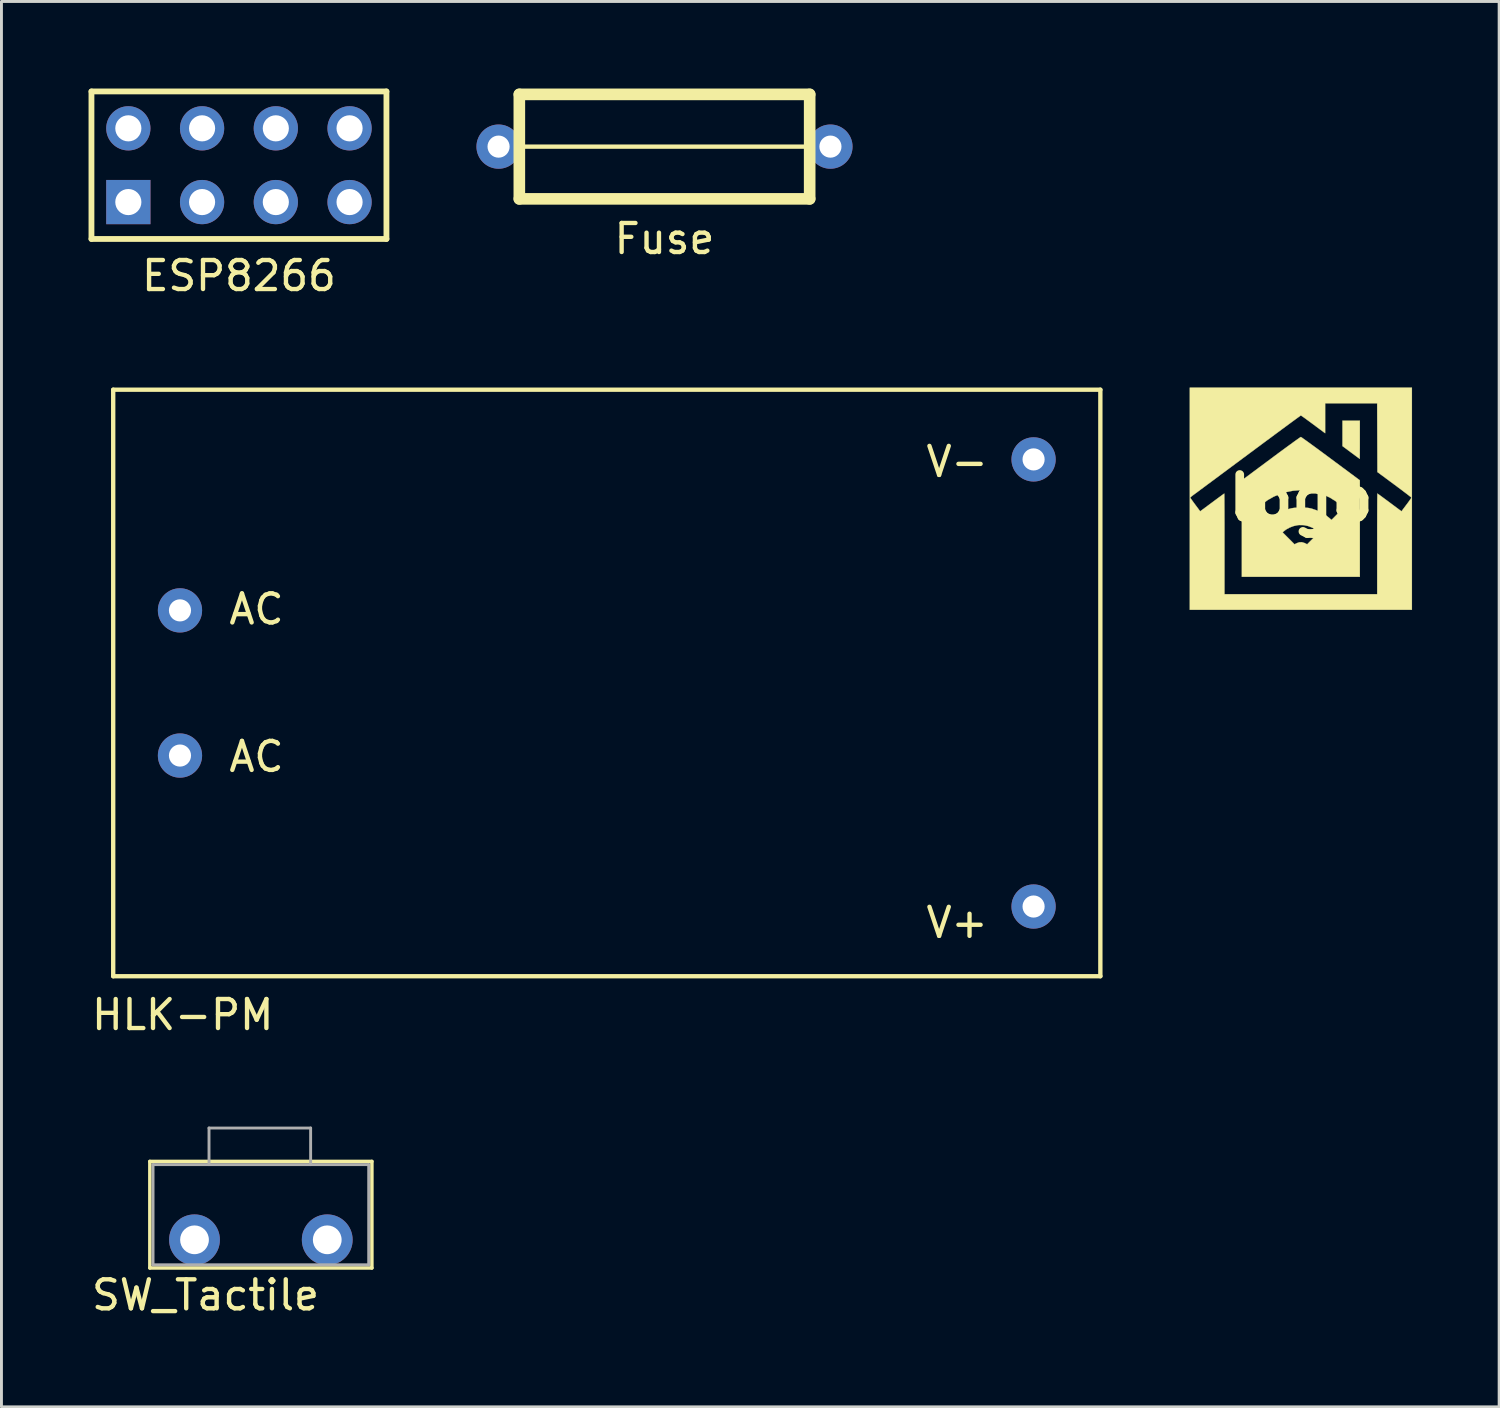
<source format=kicad_pcb>
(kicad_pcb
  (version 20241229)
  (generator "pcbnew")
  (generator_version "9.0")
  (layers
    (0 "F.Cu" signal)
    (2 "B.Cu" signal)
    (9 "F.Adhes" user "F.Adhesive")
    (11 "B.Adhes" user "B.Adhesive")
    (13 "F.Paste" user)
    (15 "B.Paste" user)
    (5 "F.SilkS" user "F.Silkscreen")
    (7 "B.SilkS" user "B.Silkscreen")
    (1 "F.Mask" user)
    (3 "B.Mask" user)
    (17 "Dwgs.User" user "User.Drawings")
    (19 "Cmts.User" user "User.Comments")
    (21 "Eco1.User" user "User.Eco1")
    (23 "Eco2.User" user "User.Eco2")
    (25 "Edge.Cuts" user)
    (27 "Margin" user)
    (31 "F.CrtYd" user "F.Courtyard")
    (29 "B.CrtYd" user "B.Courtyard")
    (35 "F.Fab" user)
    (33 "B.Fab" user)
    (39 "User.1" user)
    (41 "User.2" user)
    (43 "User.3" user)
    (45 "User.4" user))
  (footprint "HLK-PM"
    (layer "F.Cu")
    (at 17.849 20.473)
    (property "Reference" "HLK-PM" (at -14.605 11.43 0) (layer "F.SilkS") (effects (font (size 1 1) (thickness 0.15))))
    (attr through_hole)
    (fp_line (start -17 -10.1) (end 17 -10.1) (stroke (width 0.15) (type solid)) (layer "F.SilkS"))
    (fp_line (start -17 10.1) (end -17 -10.1) (stroke (width 0.15) (type solid)) (layer "F.SilkS"))
    (fp_line (start -17 10.1) (end 17 10.1) (stroke (width 0.15) (type solid)) (layer "F.SilkS"))
    (fp_line (start 17 10.1) (end 17 -10.1) (stroke (width 0.15) (type solid)) (layer "F.SilkS"))
    (fp_text user "AC" (at -12.065 2.54 0) (layer "F.SilkS") (effects (font (size 1 1) (thickness 0.15))))
    (fp_text user "V+" (at 12.065 8.255 0) (layer "F.SilkS") (effects (font (size 1 1) (thickness 0.15))))
    (fp_text user "V-" (at 12.065 -7.62 0) (layer "F.SilkS") (effects (font (size 1 1) (thickness 0.15))))
    (fp_text user "AC" (at -12.065 -2.54 0) (layer "F.SilkS") (effects (font (size 1 1) (thickness 0.15))))
    (pad "1" thru_hole circle (at -14.7 -2.5) (size 1.524 1.524) (drill 0.762) (layers "*.Cu" "*.Mask"))
    (pad "2" thru_hole circle (at -14.7 2.5) (size 1.524 1.524) (drill 0.762) (layers "*.Cu" "*.Mask"))
    (pad "3" thru_hole circle (at 14.7 -7.7) (size 1.524 1.524) (drill 0.762) (layers "*.Cu" "*.Mask"))
    (pad "4" thru_hole circle (at 14.7 7.7) (size 1.524 1.524) (drill 0.762) (layers "*.Cu" "*.Mask")))
  (footprint "Fuse"
    (layer "F.Cu")
    (at 19.837 2)
    (property "Reference" "Fuse" (at 0 3.175 0) (layer "F.SilkS") (effects (font (size 1 1) (thickness 0.15))))
    (attr through_hole)
    (fp_line (start -5 -1.8) (end 5 -1.8) (stroke (width 0.4) (type solid)) (layer "F.SilkS"))
    (fp_line (start -5 0) (end 5 0) (stroke (width 0.15) (type solid)) (layer "F.SilkS"))
    (fp_line (start -5 1.8) (end -5 -1.8) (stroke (width 0.4) (type solid)) (layer "F.SilkS"))
    (fp_line (start 5 -1.8) (end 5 1.8) (stroke (width 0.4) (type solid)) (layer "F.SilkS"))
    (fp_line (start 5 1.8) (end -5 1.8) (stroke (width 0.4) (type solid)) (layer "F.SilkS"))
    (pad "1" thru_hole circle (at -5.715 0) (size 1.524 1.524) (drill 0.762) (layers "*.Cu" "*.Mask"))
    (pad "2" thru_hole circle (at 5.715 0) (size 1.524 1.524) (drill 0.762) (layers "*.Cu" "*.Mask")))
  (footprint "logo"
    (layer "F.Cu")
    (at 41.754 14.128)
    (property "Reference" "logo" (at 0 0 0) (layer "F.SilkS") (effects (font (size 1.524 1.524) (thickness 0.3))))
    (attr through_hole)
    (fp_poly (pts (xy 2.032 -2.032) (xy 2.032 -1.895) (xy 2.032 -1.768) (xy 2.031 -1.653) (xy 2.031 -1.554) (xy 2.03 -1.474) (xy 2.03 -1.416) (xy 2.029 -1.382) (xy 2.028 -1.375) (xy 2.016 -1.383) (xy 1.983 -1.407) (xy 1.932 -1.444) (xy 1.867 -1.492) (xy 1.792 -1.548) (xy 1.729 -1.594) (xy 1.434 -1.814) (xy 1.434 -2.689) (xy 2.032 -2.689) (xy 2.032 -2.032)) (stroke (width 0.01) (type solid)) (fill yes) (layer "F.SilkS"))
    (fp_poly (pts (xy 0.015 -2.119) (xy 0.052 -2.094) (xy 0.11 -2.053) (xy 0.186 -1.999) (xy 0.279 -1.932) (xy 0.387 -1.853) (xy 0.508 -1.765) (xy 0.64 -1.668) (xy 0.782 -1.563) (xy 0.932 -1.452) (xy 1.027 -1.381) (xy 2.032 -0.635) (xy 2.032 1.027) (xy 2.032 2.689) (xy -2.032 2.689) (xy -2.032 1.157) (xy -0.628 1.157) (xy -0.423 1.363) (xy -0.359 1.426) (xy -0.304 1.482) (xy -0.26 1.526) (xy -0.23 1.556) (xy -0.217 1.569) (xy -0.217 1.569) (xy -0.205 1.563) (xy -0.173 1.547) (xy -0.143 1.531) (xy -0.052 1.499) (xy 0.038 1.497) (xy 0.13 1.525) (xy 0.143 1.531) (xy 0.217 1.569) (xy 0.424 1.361) (xy 0.632 1.153) (xy 0.529 1.078) (xy 0.394 0.996) (xy 0.248 0.939) (xy 0.095 0.908) (xy -0.06 0.905) (xy -0.113 0.911) (xy -0.25 0.941) (xy -0.385 0.992) (xy -0.507 1.059) (xy -0.594 1.126) (xy -0.628 1.157) (xy -2.032 1.157) (xy -2.032 1.027) (xy -2.032 0.312) (xy -1.472 0.312) (xy -1.264 0.521) (xy -1.056 0.73) (xy -0.984 0.665) (xy -0.929 0.62) (xy -0.866 0.572) (xy -0.828 0.545) (xy -0.718 0.481) (xy -0.591 0.42) (xy -0.46 0.368) (xy -0.374 0.342) (xy -0.319 0.328) (xy -0.267 0.319) (xy -0.211 0.312) (xy -0.144 0.309) (xy -0.058 0.307) (xy 0 0.307) (xy 0.099 0.307) (xy 0.175 0.309) (xy 0.235 0.314) (xy 0.287 0.321) (xy 0.338 0.332) (xy 0.374 0.341) (xy 0.545 0.399) (xy 0.711 0.477) (xy 0.864 0.571) (xy 0.984 0.665) (xy 1.056 0.73) (xy 1.472 0.312) (xy 1.397 0.243) (xy 1.209 0.091) (xy 1.005 -0.037) (xy 0.785 -0.14) (xy 0.55 -0.218) (xy 0.301 -0.27) (xy 0.187 -0.285) (xy -0.038 -0.294) (xy -0.268 -0.276) (xy -0.496 -0.232) (xy -0.72 -0.164) (xy -0.934 -0.072) (xy -1.135 0.041) (xy -1.319 0.174) (xy -1.382 0.23) (xy -1.472 0.312) (xy -2.032 0.312) (xy -2.031 -0.635) (xy -1.027 -1.381) (xy -0.874 -1.495) (xy -0.727 -1.604) (xy -0.588 -1.706) (xy -0.46 -1.8) (xy -0.344 -1.884) (xy -0.242 -1.959) (xy -0.155 -2.021) (xy -0.086 -2.07) (xy -0.036 -2.105) (xy -0.007 -2.124) (xy 0 -2.128) (xy 0.015 -2.119)) (stroke (width 0.01) (type solid)) (fill yes) (layer "F.SilkS"))
    (fp_poly (pts (xy 3.825 3.825) (xy -3.825 3.825) (xy -3.825 -0.04) (xy -3.81 -0.04) (xy -3.801 -0.024) (xy -3.777 0.011) (xy -3.741 0.062) (xy -3.695 0.126) (xy -3.642 0.198) (xy -3.638 0.203) (xy -3.467 0.433) (xy -3.055 0.127) (xy -2.958 0.055) (xy -2.869 -0.011) (xy -2.79 -0.069) (xy -2.725 -0.117) (xy -2.676 -0.152) (xy -2.645 -0.174) (xy -2.637 -0.179) (xy -2.636 -0.165) (xy -2.635 -0.122) (xy -2.634 -0.053) (xy -2.633 0.04) (xy -2.633 0.156) (xy -2.632 0.292) (xy -2.631 0.447) (xy -2.631 0.618) (xy -2.63 0.805) (xy -2.63 1.005) (xy -2.63 1.217) (xy -2.63 1.437) (xy -2.63 1.554) (xy -2.63 3.287) (xy 2.63 3.287) (xy 2.63 1.554) (xy 2.63 1.329) (xy 2.63 1.113) (xy 2.63 0.907) (xy 2.631 0.713) (xy 2.631 0.533) (xy 2.632 0.369) (xy 2.632 0.223) (xy 2.633 0.097) (xy 2.634 -0.008) (xy 2.635 -0.09) (xy 2.636 -0.146) (xy 2.637 -0.175) (xy 2.637 -0.179) (xy 2.65 -0.171) (xy 2.685 -0.146) (xy 2.738 -0.108) (xy 2.806 -0.058) (xy 2.887 0.002) (xy 2.978 0.069) (xy 3.056 0.127) (xy 3.466 0.433) (xy 3.638 0.204) (xy 3.692 0.132) (xy 3.738 0.068) (xy 3.775 0.015) (xy 3.8 -0.021) (xy 3.809 -0.038) (xy 3.809 -0.039) (xy 3.798 -0.05) (xy 3.764 -0.077) (xy 3.711 -0.119) (xy 3.641 -0.173) (xy 3.556 -0.237) (xy 3.459 -0.311) (xy 3.351 -0.391) (xy 3.236 -0.477) (xy 3.223 -0.486) (xy 2.637 -0.92) (xy 2.629 -3.287) (xy 0.837 -3.287) (xy 0.837 -2.257) (xy 0.426 -2.563) (xy 0.329 -2.635) (xy 0.239 -2.701) (xy 0.16 -2.759) (xy 0.093 -2.807) (xy 0.043 -2.842) (xy 0.011 -2.863) (xy 0.001 -2.869) (xy -0.013 -2.86) (xy -0.049 -2.834) (xy -0.106 -2.793) (xy -0.184 -2.736) (xy -0.28 -2.666) (xy -0.393 -2.583) (xy -0.522 -2.488) (xy -0.666 -2.382) (xy -0.824 -2.265) (xy -0.993 -2.14) (xy -1.173 -2.007) (xy -1.362 -1.867) (xy -1.559 -1.721) (xy -1.763 -1.569) (xy -1.789 -1.55) (xy -1.995 -1.397) (xy -2.197 -1.247) (xy -2.392 -1.102) (xy -2.579 -0.963) (xy -2.756 -0.832) (xy -2.922 -0.708) (xy -3.076 -0.594) (xy -3.217 -0.49) (xy -3.341 -0.397) (xy -3.45 -0.317) (xy -3.539 -0.25) (xy -3.61 -0.198) (xy -3.659 -0.162) (xy -3.686 -0.142) (xy -3.686 -0.142) (xy -3.738 -0.103) (xy -3.779 -0.07) (xy -3.804 -0.047) (xy -3.81 -0.04) (xy -3.825 -0.04) (xy -3.825 -3.825) (xy 3.825 -3.825) (xy 3.825 3.825)) (stroke (width 0.01) (type solid)) (fill yes) (layer "F.SilkS")))
  (footprint "SW_Tactile"
    (layer "F.Cu")
    (at 5.935 38.763)
    (property "Reference" "SW_Tactile" (at -1.905 2.794 0) (layer "F.SilkS") (effects (font (size 1 1) (thickness 0.15))))
    (attr through_hole)
    (fp_line (start -3.824 -1.811) (end -3.824 1.859) (stroke (width 0.12) (type solid)) (layer "F.SilkS"))
    (fp_line (start -3.824 -1.811) (end 3.824 -1.811) (stroke (width 0.12) (type solid)) (layer "F.SilkS"))
    (fp_line (start -3.824 1.859) (end 3.824 1.859) (stroke (width 0.12) (type solid)) (layer "F.SilkS"))
    (fp_line (start 3.824 -1.811) (end 3.824 1.859) (stroke (width 0.12) (type solid)) (layer "F.SilkS"))
    (fp_line (start -3.714 -1.701) (end 3.714 -1.701) (stroke (width 0.1) (type solid)) (layer "F.Fab"))
    (fp_line (start -3.714 1.749) (end -3.714 -1.701) (stroke (width 0.1) (type solid)) (layer "F.Fab"))
    (fp_line (start -3.714 1.749) (end 3.714 1.749) (stroke (width 0.1) (type solid)) (layer "F.Fab"))
    (fp_line (start -1.786 -2.961) (end -1.786 -1.701) (stroke (width 0.1) (type solid)) (layer "F.Fab"))
    (fp_line (start -1.786 -2.961) (end 1.714 -2.961) (stroke (width 0.1) (type solid)) (layer "F.Fab"))
    (fp_line (start 1.714 -2.961) (end 1.714 -1.701) (stroke (width 0.1) (type solid)) (layer "F.Fab"))
    (fp_line (start 3.714 1.749) (end 3.714 -1.701) (stroke (width 0.1) (type solid)) (layer "F.Fab"))
    (pad "1" thru_hole circle (at -2.286 0.889) (size 1.75 1.75) (drill 0.99) (layers "*.Cu" "*.Mask"))
    (pad "2" thru_hole circle (at 2.286 0.889) (size 1.75 1.75) (drill 0.99) (layers "*.Cu" "*.Mask")))
  (footprint "ESP8266"
    (layer "F.Cu")
    (at 5.18 2.64)
    (property "Reference" "ESP8266" (at 0 3.81 0) (layer "F.SilkS") (effects (font (size 1 1) (thickness 0.15))))
    (attr through_hole)
    (fp_line (start -5.08 -2.54) (end 5.08 -2.54) (stroke (width 0.2) (type solid)) (layer "F.SilkS"))
    (fp_line (start -5.08 2.54) (end -5.08 -2.54) (stroke (width 0.2) (type solid)) (layer "F.SilkS"))
    (fp_line (start 5.08 -2.54) (end 5.08 2.54) (stroke (width 0.2) (type solid)) (layer "F.SilkS"))
    (fp_line (start 5.08 2.54) (end -5.08 2.54) (stroke (width 0.2) (type solid)) (layer "F.SilkS"))
    (pad "1" thru_hole rect (at -3.81 1.27) (size 1.524 1.524) (drill 0.9) (layers "*.Cu" "*.Mask"))
    (pad "2" thru_hole circle (at -1.27 1.27) (size 1.524 1.524) (drill 0.9) (layers "*.Cu" "*.Mask"))
    (pad "3" thru_hole circle (at 1.27 1.27) (size 1.524 1.524) (drill 0.9) (layers "*.Cu" "*.Mask"))
    (pad "4" thru_hole circle (at 3.81 1.27) (size 1.524 1.524) (drill 0.9) (layers "*.Cu" "*.Mask"))
    (pad "5" thru_hole circle (at 3.81 -1.27) (size 1.524 1.524) (drill 0.9) (layers "*.Cu" "*.Mask"))
    (pad "6" thru_hole circle (at 1.27 -1.27) (size 1.524 1.524) (drill 0.9) (layers "*.Cu" "*.Mask"))
    (pad "7" thru_hole circle (at -1.27 -1.27) (size 1.524 1.524) (drill 0.9) (layers "*.Cu" "*.Mask"))
    (pad "8" thru_hole circle (at -3.81 -1.27) (size 1.524 1.524) (drill 0.9) (layers "*.Cu" "*.Mask")))
  (gr_rect
    (start -3 -3)
    (end 48.584 45.405)
    (stroke (width 0.1) (type default))
    (fill no)
    (layer "Edge.Cuts")))
</source>
